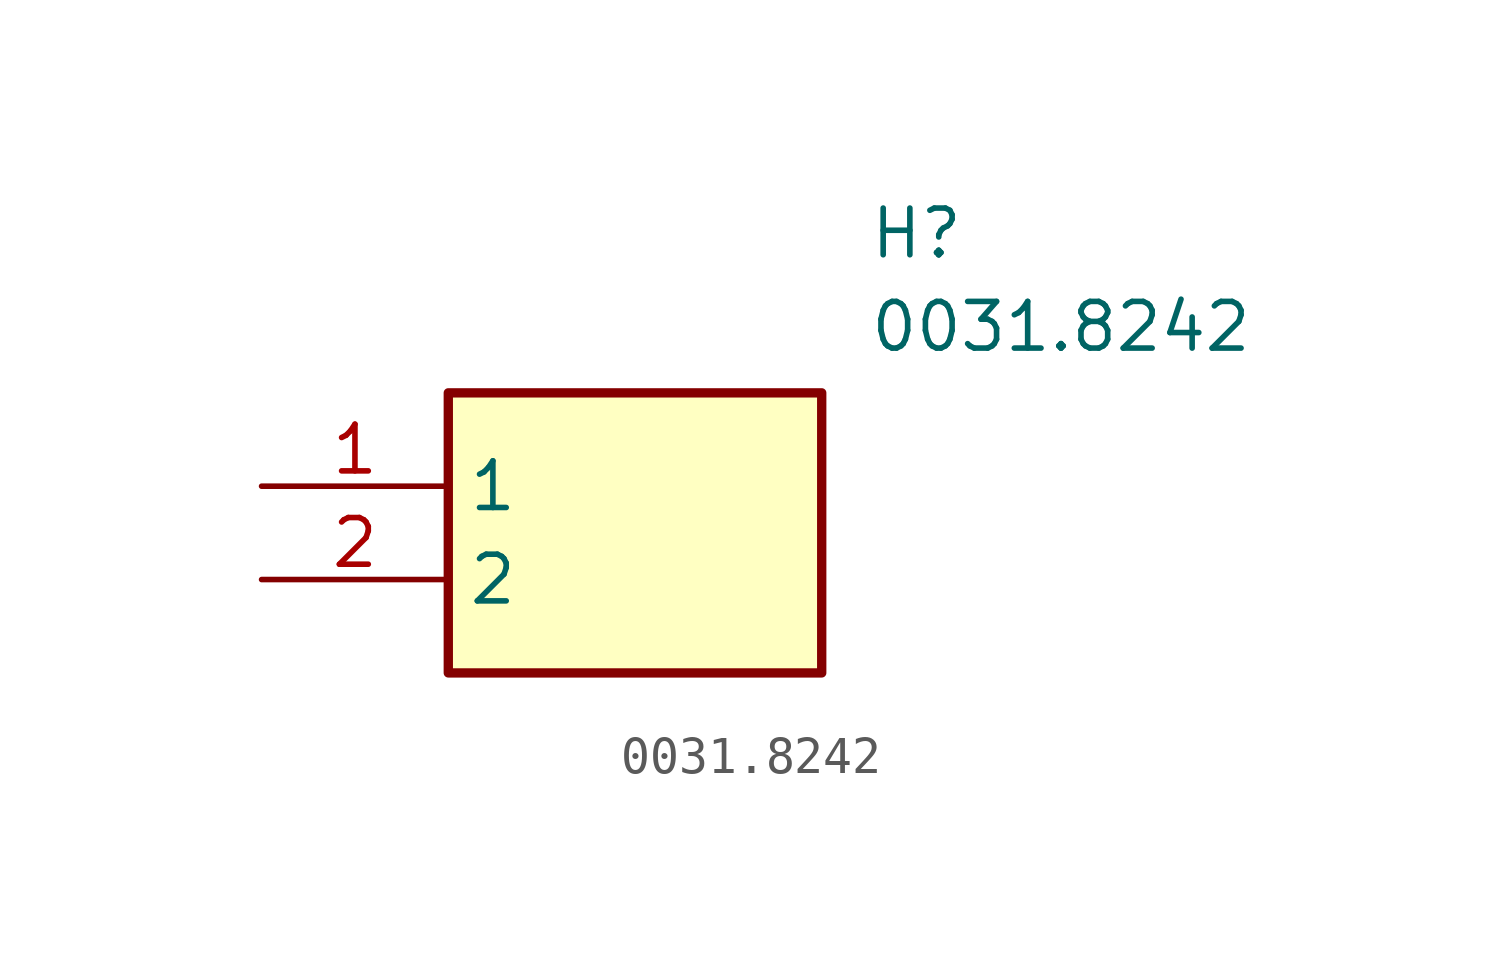
<source format=kicad_sym>
(kicad_symbol_lib
  (version 20211014)
  (generator SamacSys_ECAD_Model)
  (symbol "0031.8242"
    (property "Reference" "H"
      (at 16.51 7.62 0)
      (effects (font (size 1.27 1.27)) (justify left top)))
    (property "Value" "0031.8242"
      (at 16.51 5.08 0)
      (effects (font (size 1.27 1.27)) (justify left top)))
    (rectangle
      (start 5.08 2.54)
      (end 15.24 -5.08)
      (stroke (width 0.254) (type default))
      (fill (type background)))
    (pin passive line
      (at 0 0 0)
      (length 5.08)
      (name "1" (effects (font (size 1.27 1.27))))
      (number "1" (effects (font (size 1.27 1.27)))))
    (pin passive line
      (at 0 -2.54 0)
      (length 5.08)
      (name "2" (effects (font (size 1.27 1.27))))
      (number "2" (effects (font (size 1.27 1.27)))))))
</source>
